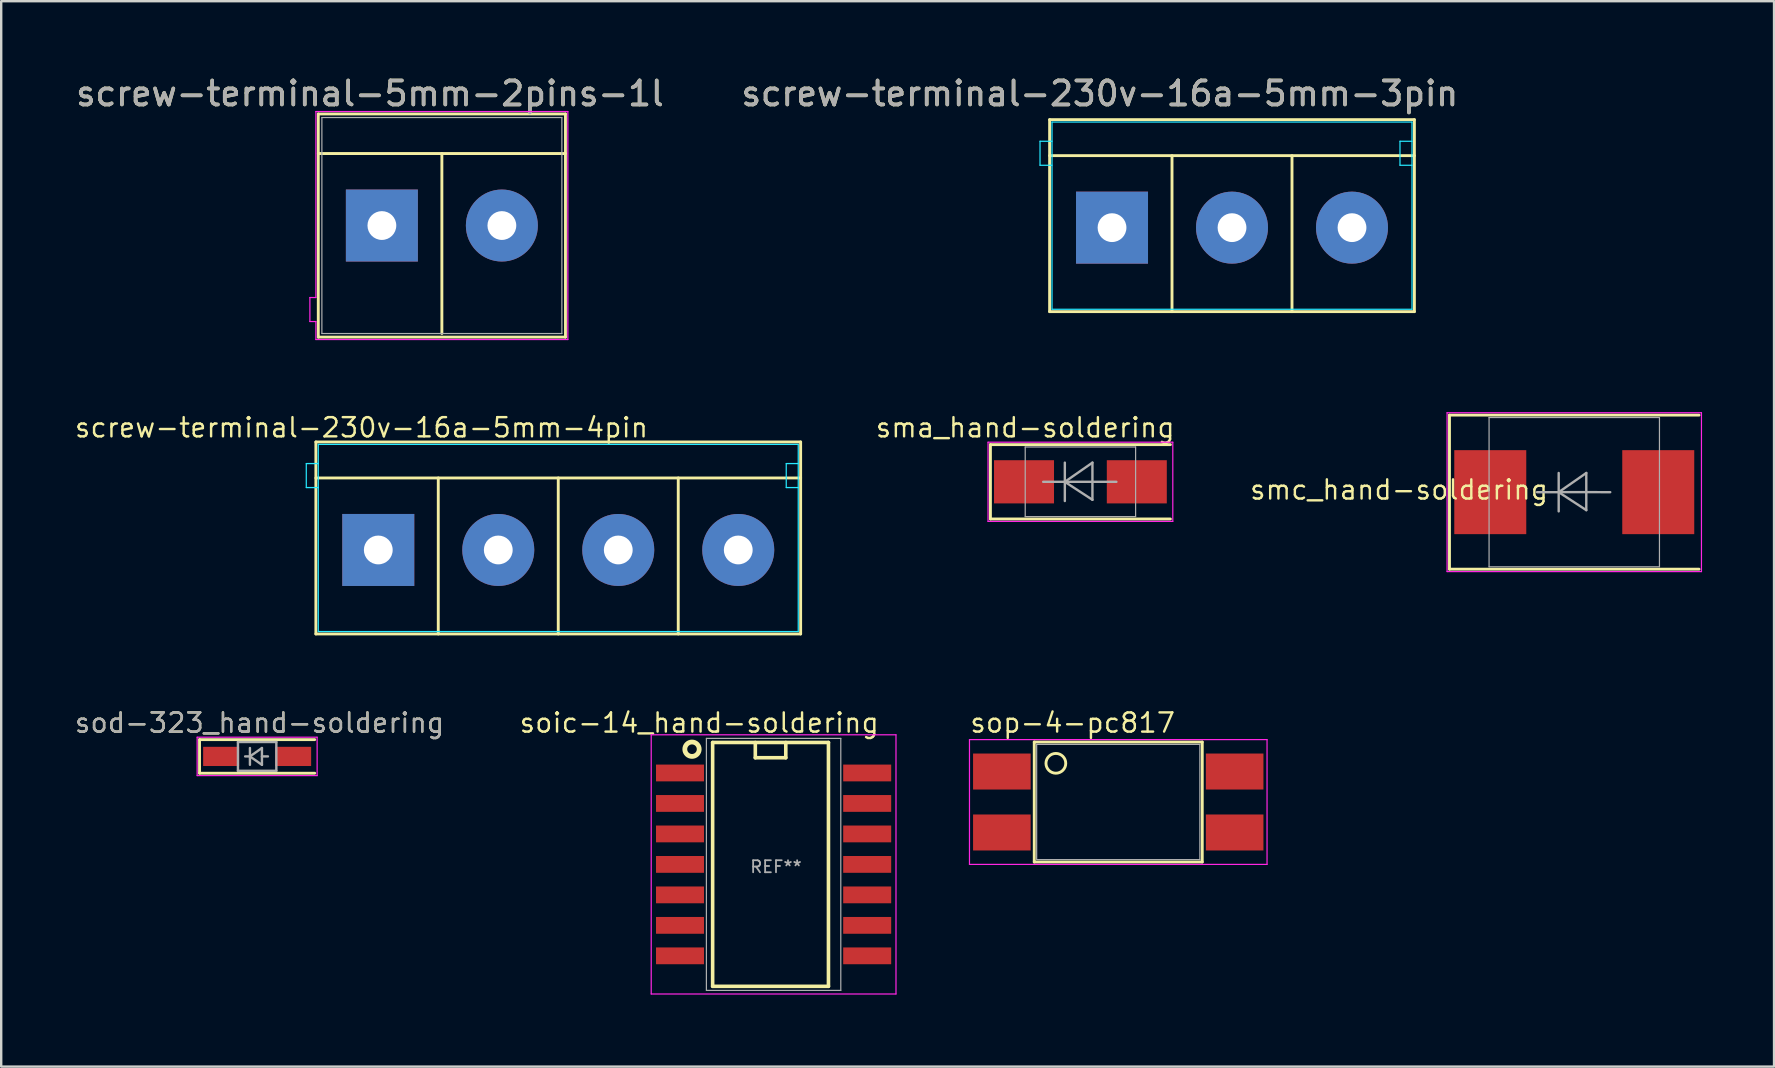
<source format=kicad_pcb>
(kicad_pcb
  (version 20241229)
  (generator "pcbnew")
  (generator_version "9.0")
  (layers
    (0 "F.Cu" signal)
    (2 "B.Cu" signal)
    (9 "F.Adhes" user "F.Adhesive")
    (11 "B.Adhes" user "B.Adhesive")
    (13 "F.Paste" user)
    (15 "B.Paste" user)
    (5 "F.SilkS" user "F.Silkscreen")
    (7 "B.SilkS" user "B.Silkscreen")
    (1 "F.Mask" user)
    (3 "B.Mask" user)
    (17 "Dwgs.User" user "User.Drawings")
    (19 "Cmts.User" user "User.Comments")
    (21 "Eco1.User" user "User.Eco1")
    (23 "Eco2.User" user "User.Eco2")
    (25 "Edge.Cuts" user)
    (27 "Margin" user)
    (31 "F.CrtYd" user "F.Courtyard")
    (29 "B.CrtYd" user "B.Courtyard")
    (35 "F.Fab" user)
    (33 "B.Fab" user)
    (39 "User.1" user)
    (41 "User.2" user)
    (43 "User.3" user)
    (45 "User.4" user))
  (footprint "smc_hand-soldering"
    (layer "F.Cu")
    (at 62.55 17.458)
    (property "Reference" "smc_hand-soldering" (at -7.3 -0.1 0) (layer "F.SilkS") (effects (font (size 0.8 0.8) (thickness 0.1))))
    (attr smd)
    (fp_line (start -5.2 -3.21) (end 5.2 -3.21) (stroke (width 0.12) (type solid)) (layer "F.SilkS"))
    (fp_line (start -5.2 3.21) (end -5.2 -3.21) (stroke (width 0.12) (type solid)) (layer "F.SilkS"))
    (fp_line (start 5.2 3.21) (end -5.2 3.21) (stroke (width 0.12) (type solid)) (layer "F.SilkS"))
    (fp_line (start -5.3 -3.31) (end -5.3 3.31) (stroke (width 0.05) (type solid)) (layer "F.CrtYd"))
    (fp_line (start -5.3 3.31) (end 5.3 3.31) (stroke (width 0.05) (type solid)) (layer "F.CrtYd"))
    (fp_line (start 5.3 -3.31) (end -5.3 -3.31) (stroke (width 0.05) (type solid)) (layer "F.CrtYd"))
    (fp_line (start 5.3 3.31) (end 5.3 -3.31) (stroke (width 0.05) (type solid)) (layer "F.CrtYd"))
    (fp_line (start -3.55 -3.11) (end 3.55 -3.11) (stroke (width 0.05) (type solid)) (layer "F.Fab"))
    (fp_line (start -3.55 3.11) (end -3.55 -3.11) (stroke (width 0.05) (type solid)) (layer "F.Fab"))
    (fp_line (start -0.649 -0.799) (end -0.649 0.801) (stroke (width 0.1) (type solid)) (layer "F.Fab"))
    (fp_line (start -0.649 0.001) (end -1.551 0.001) (stroke (width 0.1) (type solid)) (layer "F.Fab"))
    (fp_line (start -0.649 0.001) (end 0.501 -0.799) (stroke (width 0.1) (type solid)) (layer "F.Fab"))
    (fp_line (start -0.649 0.001) (end 0.501 0.75) (stroke (width 0.1) (type solid)) (layer "F.Fab"))
    (fp_line (start -0.6 0) (end 1.499 0.001) (stroke (width 0.1) (type solid)) (layer "F.Fab"))
    (fp_line (start 0.501 0.75) (end 0.501 -0.799) (stroke (width 0.1) (type solid)) (layer "F.Fab"))
    (fp_line (start 3.55 -3.11) (end 3.55 3.11) (stroke (width 0.05) (type solid)) (layer "F.Fab"))
    (fp_line (start 3.55 3.11) (end -3.55 3.11) (stroke (width 0.05) (type solid)) (layer "F.Fab"))
    (pad "1" smd rect (at -3.5 0) (size 3 3.5) (layers "F.Cu" "F.Mask" "F.Paste"))
    (pad "2" smd rect (at 3.5 0) (size 3 3.5) (layers "F.Cu" "F.Mask" "F.Paste")))
  (footprint "soic-14_hand-soldering"
    (layer "F.Cu")
    (at 29.186 32.97)
    (property "Reference" "soic-14_hand-soldering" (at -3.1 -5.9 0) (layer "F.SilkS") (effects (font (size 0.8 0.8) (thickness 0.1))))
    (attr smd)
    (fp_line (start -2.54 -5.08) (end 2.286 -5.08) (stroke (width 0.15) (type solid)) (layer "F.SilkS"))
    (fp_line (start -2.54 5.08) (end -2.54 -5.08) (stroke (width 0.15) (type solid)) (layer "F.SilkS"))
    (fp_line (start -0.762 -4.445) (end -0.762 -5.08) (stroke (width 0.15) (type solid)) (layer "F.SilkS"))
    (fp_line (start 0.508 -5.08) (end 0.508 -4.445) (stroke (width 0.15) (type solid)) (layer "F.SilkS"))
    (fp_line (start 0.508 -4.445) (end -0.762 -4.445) (stroke (width 0.15) (type solid)) (layer "F.SilkS"))
    (fp_line (start 2.286 -5.08) (end 2.286 5.08) (stroke (width 0.15) (type solid)) (layer "F.SilkS"))
    (fp_line (start 2.286 5.08) (end -2.54 5.08) (stroke (width 0.15) (type solid)) (layer "F.SilkS"))
    (fp_circle (center -3.4 -4.8) (end -3.4 -4.5) (stroke (width 0.2) (type solid)) (fill no) (layer "F.SilkS"))
    (fp_line (start -5.1 -5.4) (end -5.1 5.4) (stroke (width 0.05) (type solid)) (layer "F.CrtYd"))
    (fp_line (start -5.1 5.4) (end 5.1 5.4) (stroke (width 0.05) (type solid)) (layer "F.CrtYd"))
    (fp_line (start 5.1 -5.4) (end -5.1 -5.4) (stroke (width 0.05) (type solid)) (layer "F.CrtYd"))
    (fp_line (start 5.1 5.4) (end 5.1 -5.4) (stroke (width 0.05) (type solid)) (layer "F.CrtYd"))
    (fp_line (start -2.8 -5.25) (end 2.8 -5.25) (stroke (width 0.05) (type solid)) (layer "F.Fab"))
    (fp_line (start -2.8 5.25) (end -2.8 -5.25) (stroke (width 0.05) (type solid)) (layer "F.Fab"))
    (fp_line (start 2.8 -5.25) (end 2.8 5.25) (stroke (width 0.05) (type solid)) (layer "F.Fab"))
    (fp_line (start 2.8 5.25) (end -2.8 5.25) (stroke (width 0.05) (type solid)) (layer "F.Fab"))
    (fp_text user "REF**" (at 0.1 0.1 0) (layer "F.Fab") (effects (font (size 0.5 0.5) (thickness 0.075))))
    (pad "1" smd rect (at -3.9 -3.81) (size 2 0.7) (layers "F.Cu" "F.Mask" "F.Paste"))
    (pad "2" smd rect (at -3.9 -2.54) (size 2 0.7) (layers "F.Cu" "F.Mask" "F.Paste"))
    (pad "3" smd rect (at -3.9 -1.27) (size 2 0.7) (layers "F.Cu" "F.Mask" "F.Paste"))
    (pad "4" smd rect (at -3.9 0) (size 2 0.7) (layers "F.Cu" "F.Mask" "F.Paste"))
    (pad "5" smd rect (at -3.9 1.27) (size 2 0.7) (layers "F.Cu" "F.Mask" "F.Paste"))
    (pad "6" smd rect (at -3.9 2.54) (size 2 0.7) (layers "F.Cu" "F.Mask" "F.Paste"))
    (pad "7" smd rect (at -3.9 3.81) (size 2 0.7) (layers "F.Cu" "F.Mask" "F.Paste"))
    (pad "8" smd rect (at 3.9 3.81) (size 2 0.7) (layers "F.Cu" "F.Mask" "F.Paste"))
    (pad "9" smd rect (at 3.9 2.54) (size 2 0.7) (layers "F.Cu" "F.Mask" "F.Paste"))
    (pad "10" smd rect (at 3.9 1.27) (size 2 0.7) (layers "F.Cu" "F.Mask" "F.Paste"))
    (pad "11" smd rect (at 3.9 0) (size 2 0.7) (layers "F.Cu" "F.Mask" "F.Paste"))
    (pad "12" smd rect (at 3.9 -1.27) (size 2 0.7) (layers "F.Cu" "F.Mask" "F.Paste"))
    (pad "13" smd rect (at 3.9 -2.54) (size 2 0.7) (layers "F.Cu" "F.Mask" "F.Paste"))
    (pad "14" smd rect (at 3.9 -3.81) (size 2 0.7) (layers "F.Cu" "F.Mask" "F.Paste")))
  (footprint "sma_hand-soldering"
    (layer "F.Cu")
    (at 41.971 17.027)
    (property "Reference" "sma_hand-soldering" (at -2.3 -2.26 0) (layer "F.SilkS") (effects (font (size 0.8 0.8) (thickness 0.1))))
    (attr smd)
    (fp_line (start -3.75 -1.55) (end 3.75 -1.55) (stroke (width 0.12) (type solid)) (layer "F.SilkS"))
    (fp_line (start -3.75 1.55) (end -3.75 -1.55) (stroke (width 0.12) (type solid)) (layer "F.SilkS"))
    (fp_line (start 3.75 1.55) (end -3.75 1.55) (stroke (width 0.12) (type solid)) (layer "F.SilkS"))
    (fp_line (start -3.85 -1.65) (end 3.85 -1.65) (stroke (width 0.05) (type solid)) (layer "F.CrtYd"))
    (fp_line (start -3.85 1.65) (end -3.85 -1.65) (stroke (width 0.05) (type solid)) (layer "F.CrtYd"))
    (fp_line (start 3.85 -1.65) (end 3.85 1.65) (stroke (width 0.05) (type solid)) (layer "F.CrtYd"))
    (fp_line (start 3.85 1.65) (end -3.85 1.65) (stroke (width 0.05) (type solid)) (layer "F.CrtYd"))
    (fp_line (start -2.3 -1.45) (end 2.3 -1.45) (stroke (width 0.05) (type solid)) (layer "F.Fab"))
    (fp_line (start -2.3 1.45) (end -2.3 -1.45) (stroke (width 0.05) (type solid)) (layer "F.Fab"))
    (fp_line (start -0.649 -0.799) (end -0.649 0.801) (stroke (width 0.1) (type solid)) (layer "F.Fab"))
    (fp_line (start -0.649 0.001) (end -1.551 0.001) (stroke (width 0.1) (type solid)) (layer "F.Fab"))
    (fp_line (start -0.649 0.001) (end 0.501 -0.799) (stroke (width 0.1) (type solid)) (layer "F.Fab"))
    (fp_line (start -0.649 0.001) (end 0.501 0.75) (stroke (width 0.1) (type solid)) (layer "F.Fab"))
    (fp_line (start -0.6 0) (end 1.499 0.001) (stroke (width 0.1) (type solid)) (layer "F.Fab"))
    (fp_line (start 0.501 0.75) (end 0.501 -0.799) (stroke (width 0.1) (type solid)) (layer "F.Fab"))
    (fp_line (start 2.3 -1.45) (end 2.3 1.45) (stroke (width 0.05) (type solid)) (layer "F.Fab"))
    (fp_line (start 2.3 1.45) (end -2.3 1.45) (stroke (width 0.05) (type solid)) (layer "F.Fab"))
    (pad "1" smd rect (at -2.35 0) (size 2.5 1.8) (layers "F.Cu" "F.Mask" "F.Paste"))
    (pad "2" smd rect (at 2.35 0) (size 2.5 1.8) (layers "F.Cu" "F.Mask" "F.Paste")))
  (footprint "sop-4-pc817"
    (layer "F.Cu")
    (at 43.548 30.37)
    (property "Reference" "sop-4-pc817" (at -1.9 -3.3 0) (layer "F.SilkS") (effects (font (size 0.8 0.8) (thickness 0.1))))
    (attr through_hole)
    (fp_line (start -3.5 -2.5) (end -3.5 2.5) (stroke (width 0.12) (type solid)) (layer "F.SilkS"))
    (fp_line (start -3.5 -2.5) (end 3.5 -2.5) (stroke (width 0.12) (type solid)) (layer "F.SilkS"))
    (fp_line (start 3.5 -2.5) (end 3.5 2.5) (stroke (width 0.12) (type solid)) (layer "F.SilkS"))
    (fp_line (start 3.5 2.5) (end -3.5 2.5) (stroke (width 0.12) (type solid)) (layer "F.SilkS"))
    (fp_circle (center -2.6 -1.612) (end -2.188 -1.612) (stroke (width 0.12) (type solid)) (fill no) (layer "F.SilkS"))
    (fp_line (start -6.2 -2.6) (end 6.2 -2.6) (stroke (width 0.05) (type solid)) (layer "F.CrtYd"))
    (fp_line (start -6.2 2.6) (end -6.2 -2.6) (stroke (width 0.05) (type solid)) (layer "F.CrtYd"))
    (fp_line (start 6.2 -2.6) (end 6.2 2.6) (stroke (width 0.05) (type solid)) (layer "F.CrtYd"))
    (fp_line (start 6.2 2.6) (end -6.2 2.6) (stroke (width 0.05) (type solid)) (layer "F.CrtYd"))
    (fp_line (start -3.4 -2.4) (end 3.4 -2.4) (stroke (width 0.05) (type solid)) (layer "F.Fab"))
    (fp_line (start -3.4 2.4) (end -3.4 -2.4) (stroke (width 0.05) (type solid)) (layer "F.Fab"))
    (fp_line (start 3.4 -2.4) (end 3.4 2.4) (stroke (width 0.05) (type solid)) (layer "F.Fab"))
    (fp_line (start 3.4 2.4) (end -3.4 2.4) (stroke (width 0.05) (type solid)) (layer "F.Fab"))
    (pad "1" smd rect (at -4.85 -1.27) (size 2.4 1.5) (layers "F.Cu" "F.Mask" "F.Paste"))
    (pad "2" smd rect (at -4.85 1.27) (size 2.4 1.5) (layers "F.Cu" "F.Mask" "F.Paste"))
    (pad "3" smd rect (at 4.85 1.27) (size 2.4 1.5) (layers "F.Cu" "F.Mask" "F.Paste"))
    (pad "4" smd rect (at 4.85 -1.27) (size 2.4 1.5) (layers "F.Cu" "F.Mask" "F.Paste")))
  (footprint "screw-terminal-5mm-2pins-1l"
    (layer "F.Cu")
    (at 12.863 6.348)
    (property "Reference" "screw-terminal-5mm-2pins-1l" (at -0.5 -5.5 0) (layer "F.SilkS") (effects (font (size 1 1) (thickness 0.15))))
    (attr through_hole)
    (fp_line (start -2.65 -4.65) (end 7.65 -4.65) (stroke (width 0.12) (type solid)) (layer "F.SilkS"))
    (fp_line (start -2.65 -3) (end 7.65 -3) (stroke (width 0.12) (type solid)) (layer "F.SilkS"))
    (fp_line (start -2.65 4.65) (end -2.65 -4.65) (stroke (width 0.12) (type solid)) (layer "F.SilkS"))
    (fp_line (start 2.5 4.5) (end 2.5 -3) (stroke (width 0.12) (type solid)) (layer "F.SilkS"))
    (fp_line (start 7.65 -4.65) (end 7.65 4.65) (stroke (width 0.12) (type solid)) (layer "F.SilkS"))
    (fp_line (start 7.65 4.65) (end -2.65 4.65) (stroke (width 0.12) (type solid)) (layer "F.SilkS"))
    (fp_line (start -3 3) (end -2.75 3) (stroke (width 0.05) (type solid)) (layer "F.CrtYd"))
    (fp_line (start -3 4) (end -3 3) (stroke (width 0.05) (type solid)) (layer "F.CrtYd"))
    (fp_line (start -2.75 -4.75) (end 7.75 -4.75) (stroke (width 0.05) (type solid)) (layer "F.CrtYd"))
    (fp_line (start -2.75 3) (end -2.75 -4.75) (stroke (width 0.05) (type solid)) (layer "F.CrtYd"))
    (fp_line (start -2.75 4) (end -3 4) (stroke (width 0.05) (type solid)) (layer "F.CrtYd"))
    (fp_line (start -2.75 4.75) (end -2.75 4) (stroke (width 0.05) (type solid)) (layer "F.CrtYd"))
    (fp_line (start 7.75 -4.75) (end 7.75 4.75) (stroke (width 0.05) (type solid)) (layer "F.CrtYd"))
    (fp_line (start 7.75 4.75) (end -2.75 4.75) (stroke (width 0.05) (type solid)) (layer "F.CrtYd"))
    (fp_line (start -2.5 -4.5) (end -2.5 4.5) (stroke (width 0.05) (type solid)) (layer "F.Fab"))
    (fp_line (start -2.5 4.5) (end 7.5 4.5) (stroke (width 0.05) (type solid)) (layer "F.Fab"))
    (fp_line (start 7.5 -4.5) (end -2.5 -4.5) (stroke (width 0.05) (type solid)) (layer "F.Fab"))
    (fp_line (start 7.5 4.5) (end 7.5 -4.5) (stroke (width 0.05) (type solid)) (layer "F.Fab"))
    (fp_text user "${REFERENCE}" (at -0.5 -5.5 0) (layer "F.Fab") (effects (font (size 1 1) (thickness 0.15))))
    (pad "1" thru_hole rect (at 0 0) (size 3 3) (drill 1.2) (layers "*.Cu" "*.Mask"))
    (pad "2" thru_hole circle (at 5 0) (size 3 3) (drill 1.2) (layers "*.Cu" "*.Mask")))
  (footprint "screw-terminal-230v-16a-5mm-3pin"
    (layer "F.Cu")
    (at 48.288 6.436)
    (property "Reference" "screw-terminal-230v-16a-5mm-3pin" (at -5.508 -5.588 180) (layer "F.SilkS") (effects (font (size 1 1) (thickness 0.15))))
    (attr through_hole)
    (fp_line (start -7.6 -4.5) (end 7.6 -4.5) (stroke (width 0.12) (type solid)) (layer "F.SilkS"))
    (fp_line (start -7.6 -3) (end 7.6 -3) (stroke (width 0.12) (type solid)) (layer "F.SilkS"))
    (fp_line (start -7.6 3.5) (end -7.6 -4.5) (stroke (width 0.12) (type solid)) (layer "F.SilkS"))
    (fp_line (start -7.6 3.5) (end 7.6 3.5) (stroke (width 0.12) (type solid)) (layer "F.SilkS"))
    (fp_line (start -2.5 3.5) (end -2.5 -3) (stroke (width 0.12) (type solid)) (layer "F.SilkS"))
    (fp_line (start 2.5 3.5) (end 2.5 -3) (stroke (width 0.12) (type solid)) (layer "F.SilkS"))
    (fp_line (start 7.6 3.5) (end 7.6 -4.5) (stroke (width 0.12) (type solid)) (layer "F.SilkS"))
    (fp_line (start -8 -3.6) (end -8 -2.6) (stroke (width 0.05) (type solid)) (layer "B.CrtYd"))
    (fp_line (start -8 -2.6) (end -7.5 -2.6) (stroke (width 0.05) (type solid)) (layer "B.CrtYd"))
    (fp_line (start -7.5 -4.4) (end 7.5 -4.4) (stroke (width 0.05) (type solid)) (layer "B.CrtYd"))
    (fp_line (start -7.5 -3.6) (end -8 -3.6) (stroke (width 0.05) (type solid)) (layer "B.CrtYd"))
    (fp_line (start -7.5 3.4) (end -7.5 -4.4) (stroke (width 0.05) (type solid)) (layer "B.CrtYd"))
    (fp_line (start -7.5 3.4) (end 7.5 3.4) (stroke (width 0.05) (type solid)) (layer "B.CrtYd"))
    (fp_line (start 7 -3.6) (end 7 -2.6) (stroke (width 0.05) (type solid)) (layer "B.CrtYd"))
    (fp_line (start 7 -2.6) (end 7.5 -2.6) (stroke (width 0.05) (type solid)) (layer "B.CrtYd"))
    (fp_line (start 7.5 -4.4) (end 7.5 3.4) (stroke (width 0.05) (type solid)) (layer "B.CrtYd"))
    (fp_line (start 7.5 -3.6) (end 7 -3.6) (stroke (width 0.05) (type solid)) (layer "B.CrtYd"))
    (fp_text user "${REFERENCE}" (at -5.508 -5.588 0) (layer "F.Fab") (effects (font (size 1 1) (thickness 0.15))))
    (pad "1" thru_hole rect (at -5 0) (size 3 3) (drill 1.2) (layers "*.Cu" "*.Mask"))
    (pad "2" thru_hole circle (at 0 0) (size 3 3) (drill 1.2) (layers "*.Cu" "*.Mask"))
    (pad "3" thru_hole circle (at 5 0) (size 3 3) (drill 1.2) (layers "*.Cu" "*.Mask")))
  (footprint "screw-terminal-230v-16a-5mm-4pin"
    (layer "F.Cu")
    (at 20.213 19.867)
    (property "Reference" "screw-terminal-230v-16a-5mm-4pin" (at -8.2 -5.1 180) (layer "F.SilkS") (effects (font (size 0.8 0.8) (thickness 0.1))))
    (attr through_hole)
    (fp_line (start -10.1 -4.5) (end 10.1 -4.5) (stroke (width 0.12) (type solid)) (layer "F.SilkS"))
    (fp_line (start -10.1 -3) (end 10.1 -3) (stroke (width 0.12) (type solid)) (layer "F.SilkS"))
    (fp_line (start -10.1 3.5) (end -10.1 -4.5) (stroke (width 0.12) (type solid)) (layer "F.SilkS"))
    (fp_line (start -10.1 3.5) (end 10.1 3.5) (stroke (width 0.12) (type solid)) (layer "F.SilkS"))
    (fp_line (start -5 3.5) (end -5 -3) (stroke (width 0.12) (type solid)) (layer "F.SilkS"))
    (fp_line (start 0 3.5) (end 0 -3) (stroke (width 0.12) (type solid)) (layer "F.SilkS"))
    (fp_line (start 5 3.5) (end 5 -3) (stroke (width 0.12) (type solid)) (layer "F.SilkS"))
    (fp_line (start 10.1 3.5) (end 10.1 -4.5) (stroke (width 0.12) (type solid)) (layer "F.SilkS"))
    (fp_line (start -10.5 -3.6) (end -10.5 -2.6) (stroke (width 0.05) (type solid)) (layer "B.CrtYd"))
    (fp_line (start -10.5 -2.6) (end -10 -2.6) (stroke (width 0.05) (type solid)) (layer "B.CrtYd"))
    (fp_line (start -10 -4.4) (end 10 -4.4) (stroke (width 0.05) (type solid)) (layer "B.CrtYd"))
    (fp_line (start -10 -3.6) (end -10.5 -3.6) (stroke (width 0.05) (type solid)) (layer "B.CrtYd"))
    (fp_line (start -10 3.4) (end -10 -4.4) (stroke (width 0.05) (type solid)) (layer "B.CrtYd"))
    (fp_line (start -10 3.4) (end 10 3.4) (stroke (width 0.05) (type solid)) (layer "B.CrtYd"))
    (fp_line (start 9.5 -3.6) (end 9.5 -2.6) (stroke (width 0.05) (type solid)) (layer "B.CrtYd"))
    (fp_line (start 9.5 -2.6) (end 10 -2.6) (stroke (width 0.05) (type solid)) (layer "B.CrtYd"))
    (fp_line (start 10 -4.4) (end 10 3.4) (stroke (width 0.05) (type solid)) (layer "B.CrtYd"))
    (fp_line (start 10 -3.6) (end 9.5 -3.6) (stroke (width 0.05) (type solid)) (layer "B.CrtYd"))
    (pad "1" thru_hole rect (at -7.5 0) (size 3 3) (drill 1.2) (layers "*.Cu" "*.Mask"))
    (pad "2" thru_hole circle (at -2.5 0) (size 3 3) (drill 1.2) (layers "*.Cu" "*.Mask"))
    (pad "3" thru_hole circle (at 2.5 0) (size 3 3) (drill 1.2) (layers "*.Cu" "*.Mask"))
    (pad "4" thru_hole circle (at 7.5 0) (size 3 3) (drill 1.2) (layers "*.Cu" "*.Mask")))
  (footprint "sod-323_hand-soldering"
    (layer "F.Cu")
    (at 7.665 28.47)
    (property "Reference" "sod-323_hand-soldering" (at 0.1 -1.4 0) (layer "F.SilkS") (effects (font (size 0.8 0.8) (thickness 0.1))))
    (attr smd)
    (fp_line (start -2.4 -0.7) (end -2.4 0.7) (stroke (width 0.12) (type solid)) (layer "F.SilkS"))
    (fp_line (start -2.4 -0.7) (end 2.4 -0.7) (stroke (width 0.12) (type solid)) (layer "F.SilkS"))
    (fp_line (start -2.4 0.7) (end 2.4 0.7) (stroke (width 0.12) (type solid)) (layer "F.SilkS"))
    (fp_line (start -2.5 -0.8) (end -2.5 0.8) (stroke (width 0.05) (type solid)) (layer "F.CrtYd"))
    (fp_line (start -2.5 -0.8) (end 2.5 -0.8) (stroke (width 0.05) (type solid)) (layer "F.CrtYd"))
    (fp_line (start -2.5 0.8) (end 2.5 0.8) (stroke (width 0.05) (type solid)) (layer "F.CrtYd"))
    (fp_line (start 2.5 -0.8) (end 2.5 0.8) (stroke (width 0.05) (type solid)) (layer "F.CrtYd"))
    (fp_line (start -0.8 -0.6) (end 0.8 -0.6) (stroke (width 0.1) (type solid)) (layer "F.Fab"))
    (fp_line (start -0.8 0.6) (end -0.8 -0.6) (stroke (width 0.1) (type solid)) (layer "F.Fab"))
    (fp_line (start -0.3 -0.35) (end -0.3 0.35) (stroke (width 0.1) (type solid)) (layer "F.Fab"))
    (fp_line (start -0.3 0) (end -0.5 0) (stroke (width 0.1) (type solid)) (layer "F.Fab"))
    (fp_line (start -0.3 0) (end 0.2 -0.35) (stroke (width 0.1) (type solid)) (layer "F.Fab"))
    (fp_line (start 0.2 -0.35) (end 0.2 0.35) (stroke (width 0.1) (type solid)) (layer "F.Fab"))
    (fp_line (start 0.2 0) (end 0.45 0) (stroke (width 0.1) (type solid)) (layer "F.Fab"))
    (fp_line (start 0.2 0.35) (end -0.3 0) (stroke (width 0.1) (type solid)) (layer "F.Fab"))
    (fp_line (start 0.8 -0.6) (end 0.8 0.6) (stroke (width 0.1) (type solid)) (layer "F.Fab"))
    (fp_line (start 0.8 0.6) (end -0.8 0.6) (stroke (width 0.1) (type solid)) (layer "F.Fab"))
    (fp_text user "${REFERENCE}" (at 0.1 -1.4 0) (layer "F.Fab") (effects (font (size 0.8 0.8) (thickness 0.1))))
    (pad "1" smd rect (at -1.5 0) (size 1.5 0.8) (layers "F.Cu" "F.Mask" "F.Paste"))
    (pad "2" smd rect (at 1.5 0) (size 1.5 0.8) (layers "F.Cu" "F.Mask" "F.Paste")))
  (gr_rect
    (start -3 -3)
    (end 70.875 41.395)
    (stroke (width 0.1) (type default))
    (fill no)
    (layer "Edge.Cuts")))
</source>
